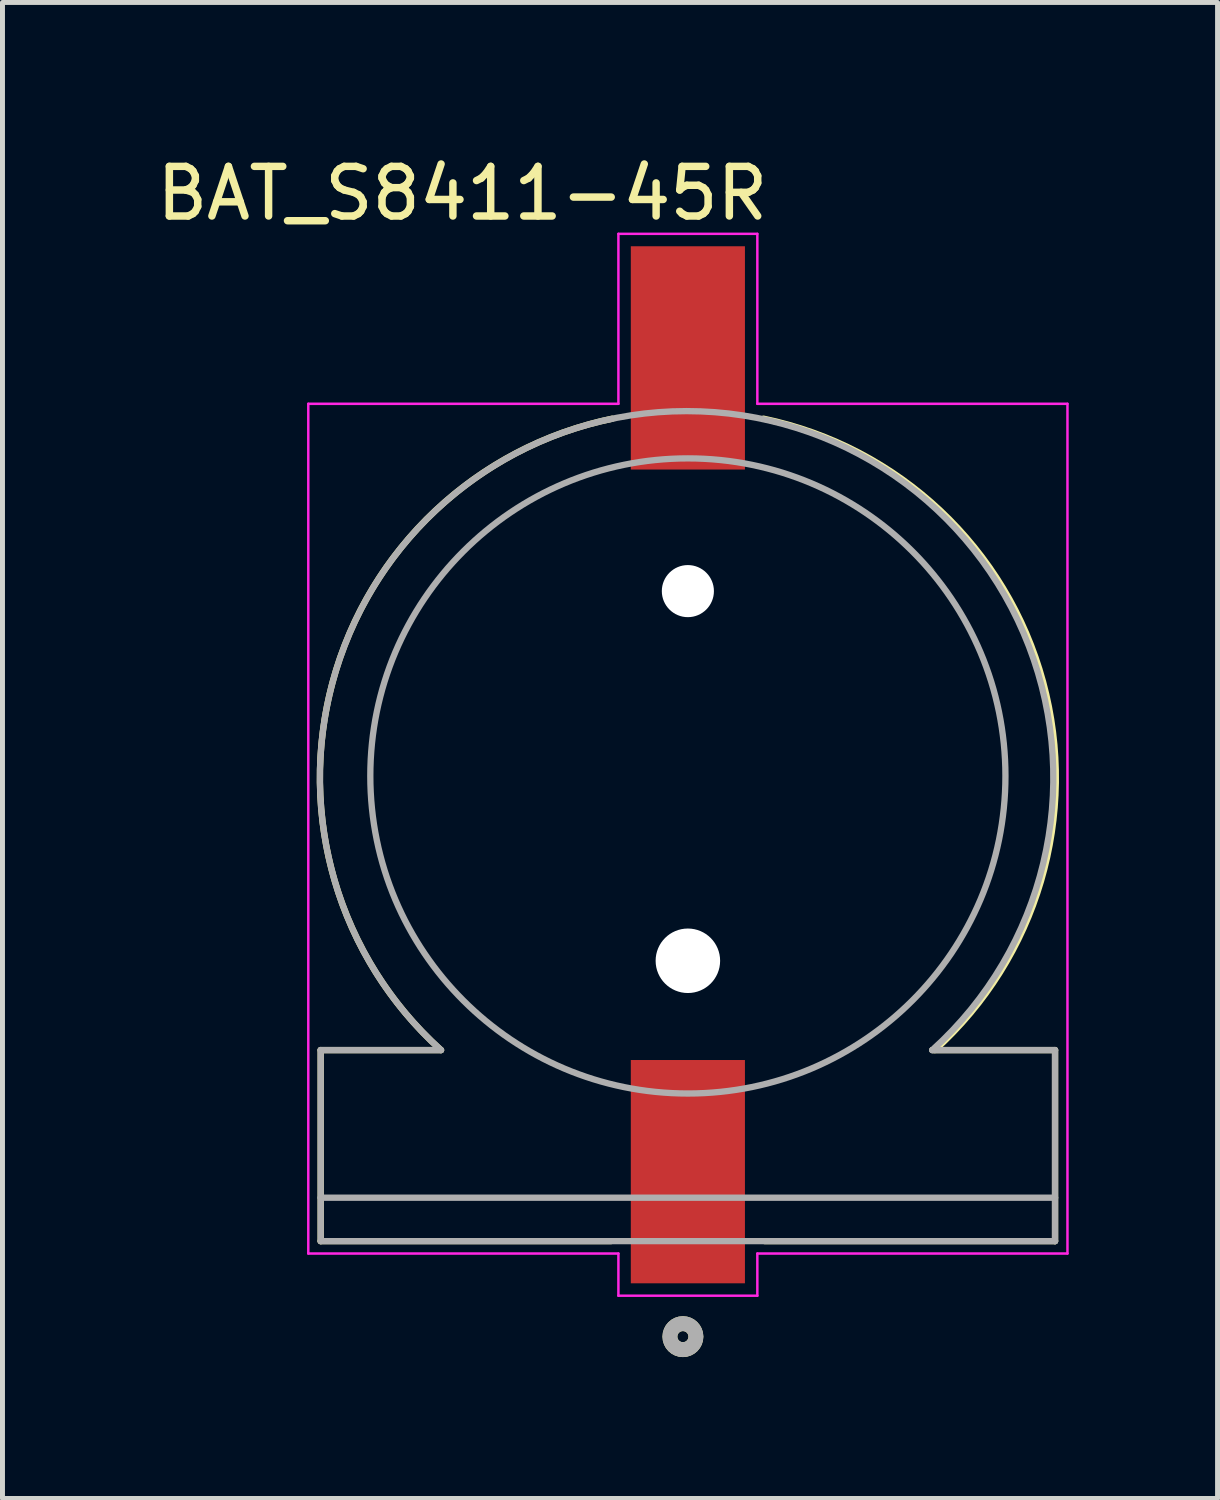
<source format=kicad_pcb>
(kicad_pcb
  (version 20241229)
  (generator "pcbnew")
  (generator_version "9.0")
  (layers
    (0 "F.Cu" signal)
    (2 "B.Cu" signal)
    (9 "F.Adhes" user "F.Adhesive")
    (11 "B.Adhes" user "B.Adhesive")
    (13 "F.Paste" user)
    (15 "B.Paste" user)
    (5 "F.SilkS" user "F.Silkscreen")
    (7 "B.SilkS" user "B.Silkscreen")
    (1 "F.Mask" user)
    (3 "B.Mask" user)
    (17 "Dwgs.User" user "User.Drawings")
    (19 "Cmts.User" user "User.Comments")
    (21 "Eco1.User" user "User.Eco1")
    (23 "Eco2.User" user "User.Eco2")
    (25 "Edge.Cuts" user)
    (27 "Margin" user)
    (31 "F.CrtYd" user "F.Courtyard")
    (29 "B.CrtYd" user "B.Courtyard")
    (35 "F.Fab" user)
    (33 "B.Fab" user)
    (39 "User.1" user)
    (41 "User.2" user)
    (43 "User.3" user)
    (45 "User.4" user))
  (footprint "BAT_S8411-45R"
    (layer "F.Cu")
    (at 10.813 12.588)
    (property "Reference" "BAT_S8411-45R" (at -4.545 -11.74 0) (layer "F.SilkS") (effects (font (size 1 1) (thickness 0.15))))
    (attr through_hole)
    (fp_line (start -7.4 5.525) (end -4.975 5.525) (stroke (width 0.127) (type solid)) (layer "F.SilkS"))
    (fp_line (start -7.4 9.375) (end -7.4 5.525) (stroke (width 0.127) (type solid)) (layer "F.SilkS"))
    (fp_line (start -7.4 9.375) (end -1.55 9.375) (stroke (width 0.127) (type solid)) (layer "F.SilkS"))
    (fp_line (start 4.925 5.525) (end 7.4 5.525) (stroke (width 0.127) (type solid)) (layer "F.SilkS"))
    (fp_line (start 7.4 5.525) (end 7.4 9.375) (stroke (width 0.127) (type solid)) (layer "F.SilkS"))
    (fp_line (start 7.4 9.375) (end 1.55 9.375) (stroke (width 0.127) (type solid)) (layer "F.SilkS"))
    (fp_arc (start -4.975 5.525) (mid -7.158498 -1.897172) (end -1.524999 -7.200001) (stroke (width 0.127) (type solid)) (layer "F.SilkS"))
    (fp_arc (start 1.524999 -7.200001) (mid 7.158498 -1.897172) (end 4.975 5.525) (stroke (width 0.127) (type solid)) (layer "F.SilkS"))
    (fp_circle (center -0.1 11.3) (end 0.012 11.3) (stroke (width 0.3) (type solid)) (fill no) (layer "F.SilkS"))
    (fp_line (start -7.65 -7.5) (end -1.4 -7.5) (stroke (width 0.05) (type solid)) (layer "F.CrtYd"))
    (fp_line (start -7.65 9.625) (end -7.65 -7.5) (stroke (width 0.05) (type solid)) (layer "F.CrtYd"))
    (fp_line (start -1.4 -10.925) (end 1.4 -10.925) (stroke (width 0.05) (type solid)) (layer "F.CrtYd"))
    (fp_line (start -1.4 -7.5) (end -1.4 -10.925) (stroke (width 0.05) (type solid)) (layer "F.CrtYd"))
    (fp_line (start -1.4 9.625) (end -7.65 9.625) (stroke (width 0.05) (type solid)) (layer "F.CrtYd"))
    (fp_line (start -1.4 10.475) (end -1.4 9.625) (stroke (width 0.05) (type solid)) (layer "F.CrtYd"))
    (fp_line (start 1.4 -10.925) (end 1.4 -7.5) (stroke (width 0.05) (type solid)) (layer "F.CrtYd"))
    (fp_line (start 1.4 -7.5) (end 7.65 -7.5) (stroke (width 0.05) (type solid)) (layer "F.CrtYd"))
    (fp_line (start 1.4 9.625) (end 1.4 10.475) (stroke (width 0.05) (type solid)) (layer "F.CrtYd"))
    (fp_line (start 1.4 10.475) (end -1.4 10.475) (stroke (width 0.05) (type solid)) (layer "F.CrtYd"))
    (fp_line (start 7.65 -7.5) (end 7.65 9.625) (stroke (width 0.05) (type solid)) (layer "F.CrtYd"))
    (fp_line (start 7.65 9.625) (end 1.4 9.625) (stroke (width 0.05) (type solid)) (layer "F.CrtYd"))
    (fp_line (start -7.4 5.525) (end -4.975 5.525) (stroke (width 0.127) (type solid)) (layer "F.Fab"))
    (fp_line (start -7.4 8.5) (end -7.4 5.525) (stroke (width 0.127) (type solid)) (layer "F.Fab"))
    (fp_line (start -7.4 9.375) (end -7.4 8.5) (stroke (width 0.127) (type solid)) (layer "F.Fab"))
    (fp_line (start 4.925 5.525) (end 7.4 5.525) (stroke (width 0.127) (type solid)) (layer "F.Fab"))
    (fp_line (start 7.4 5.525) (end 7.4 8.5) (stroke (width 0.127) (type solid)) (layer "F.Fab"))
    (fp_line (start 7.4 8.5) (end -7.4 8.5) (stroke (width 0.127) (type solid)) (layer "F.Fab"))
    (fp_line (start 7.4 8.5) (end 7.4 9.375) (stroke (width 0.127) (type solid)) (layer "F.Fab"))
    (fp_line (start 7.4 9.375) (end -7.4 9.375) (stroke (width 0.127) (type solid)) (layer "F.Fab"))
    (fp_arc (start -4.975 5.525) (mid -0.025 -7.352721) (end 4.925 5.525) (stroke (width 0.127) (type solid)) (layer "F.Fab"))
    (fp_circle (center -0.1 11.3) (end 0.012 11.3) (stroke (width 0.3) (type solid)) (fill no) (layer "F.Fab"))
    (fp_circle (center 0 0) (end 6.4 0) (stroke (width 0.127) (type solid)) (fill no) (layer "F.Fab"))
    (pad "" np_thru_hole circle (at 0 -3.725) (size 1.05 1.05) (drill 1.05) (layers "*.Cu" "*.Mask"))
    (pad "" np_thru_hole circle (at 0 3.725) (size 1.3 1.3) (drill 1.3) (layers "*.Cu" "*.Mask"))
    (pad "1" smd rect (at 0 7.975) (size 2.3 4.5) (layers "F.Cu" "F.Mask" "F.Paste"))
    (pad "2" smd rect (at 0 -8.425) (size 2.3 4.5) (layers "F.Cu" "F.Mask" "F.Paste")))
  (gr_rect
    (start -3 -3)
    (end 21.488 27.15)
    (stroke (width 0.1) (type default))
    (fill no)
    (layer "Edge.Cuts")))
</source>
